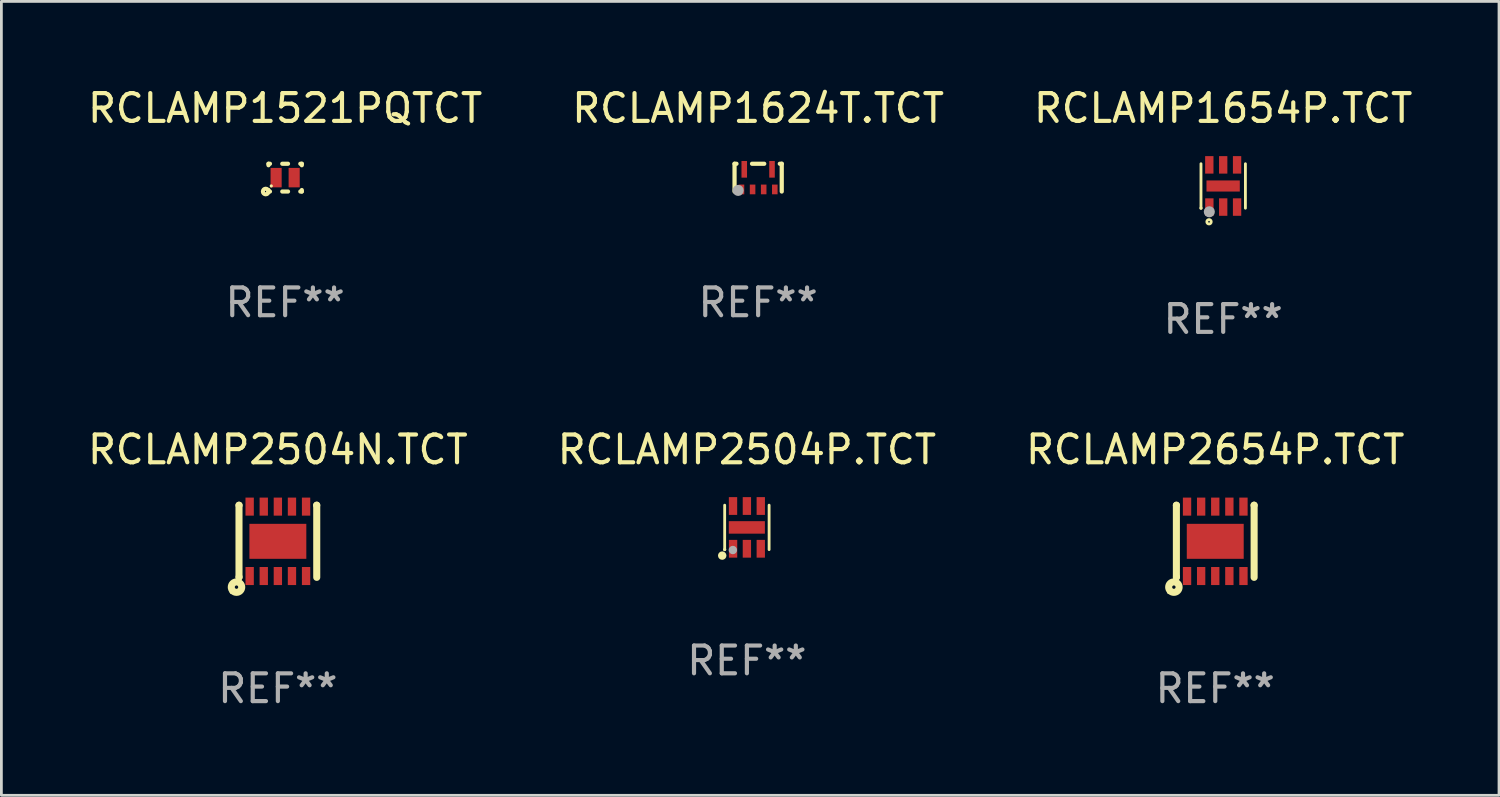
<source format=kicad_pcb>
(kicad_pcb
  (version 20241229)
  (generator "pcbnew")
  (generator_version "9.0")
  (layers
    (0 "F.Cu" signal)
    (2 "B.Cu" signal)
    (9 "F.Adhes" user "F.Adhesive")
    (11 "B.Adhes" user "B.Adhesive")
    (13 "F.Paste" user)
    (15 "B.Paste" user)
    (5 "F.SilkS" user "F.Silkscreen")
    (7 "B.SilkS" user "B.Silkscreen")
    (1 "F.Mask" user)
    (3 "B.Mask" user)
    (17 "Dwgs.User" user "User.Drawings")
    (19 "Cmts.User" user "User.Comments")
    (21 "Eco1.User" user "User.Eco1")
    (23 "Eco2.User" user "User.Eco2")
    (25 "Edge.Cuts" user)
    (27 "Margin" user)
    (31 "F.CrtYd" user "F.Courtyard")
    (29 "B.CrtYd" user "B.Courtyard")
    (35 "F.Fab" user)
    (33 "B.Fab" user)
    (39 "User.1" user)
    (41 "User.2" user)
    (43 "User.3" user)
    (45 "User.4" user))
  (footprint "RCLAMP2504P.TCT"
    (layer "F.Cu")
    (at 23.851 15.945)
    (property "Reference" "RCLAMP2504P.TCT" (at 0 -2.8 0) (layer "F.SilkS") (effects (font (size 1 1) (thickness 0.15))))
    (attr through_hole)
    (fp_line (start -0.8 0.8) (end -0.8 -0.8) (stroke (width 0.102) (type solid)) (layer "F.SilkS"))
    (fp_line (start 0.8 0.8) (end 0.8 -0.8) (stroke (width 0.102) (type solid)) (layer "F.SilkS"))
    (fp_circle (center -0.889 1.016) (end -0.813 1.016) (stroke (width 0.152) (type solid)) (fill no) (layer "F.SilkS"))
    (fp_circle (center -0.8 0.8) (end -0.77 0.8) (stroke (width 0.06) (type solid)) (fill no) (layer "F.SilkS"))
    (fp_circle (center -0.506 0.815) (end -0.43 0.815) (stroke (width 0.152) (type solid)) (fill no) (layer "F.Fab"))
    (fp_text user "REF**" (at 0 4.8 0) (layer "F.Fab") (effects (font (size 1 1) (thickness 0.15))))
    (pad "1" smd rect (at -0.498 0.77 180) (size 0.3 0.64) (layers "F.Cu" "F.Mask" "F.Paste"))
    (pad "2" smd rect (at -0.000025 0.77 180) (size 0.3 0.64) (layers "F.Cu" "F.Mask" "F.Paste"))
    (pad "3" smd rect (at 0.5 0.77 180) (size 0.3 0.64) (layers "F.Cu" "F.Mask" "F.Paste"))
    (pad "4" smd rect (at 0.5 -0.77 180) (size 0.3 0.64) (layers "F.Cu" "F.Mask" "F.Paste"))
    (pad "5" smd rect (at -0.000025 -0.77) (size 0.3 0.64) (layers "F.Cu" "F.Mask" "F.Paste"))
    (pad "6" smd rect (at -0.5 -0.77) (size 0.3 0.64) (layers "F.Cu" "F.Mask" "F.Paste"))
    (pad "7" smd rect (at -0.002 0.001 90) (size 0.45 1.3) (layers "F.Cu" "F.Mask" "F.Paste")))
  (footprint "RCLAMP1624T.TCT"
    (layer "F.Cu")
    (at 24.256 3.348)
    (property "Reference" "RCLAMP1624T.TCT" (at 0 -2.5 0) (layer "F.SilkS") (effects (font (size 1 1) (thickness 0.15))))
    (attr through_hole)
    (fp_line (start -0.85 -0.5) (end -0.85 0.5) (stroke (width 0.152) (type solid)) (layer "F.SilkS"))
    (fp_line (start -0.78 -0.5) (end -0.85 -0.5) (stroke (width 0.152) (type solid)) (layer "F.SilkS"))
    (fp_line (start 0.22 -0.5) (end -0.22 -0.5) (stroke (width 0.152) (type solid)) (layer "F.SilkS"))
    (fp_line (start 0.85 -0.5) (end 0.78 -0.5) (stroke (width 0.152) (type solid)) (layer "F.SilkS"))
    (fp_line (start 0.85 -0.5) (end 0.85 0.5) (stroke (width 0.152) (type solid)) (layer "F.SilkS"))
    (fp_circle (center -0.85 0.5) (end -0.82 0.5) (stroke (width 0.06) (type solid)) (fill no) (layer "F.SilkS"))
    (fp_circle (center -0.72 0.46) (end -0.62 0.46) (stroke (width 0.2) (type solid)) (fill no) (layer "F.Fab"))
    (fp_text user "REF**" (at 0 4.5 0) (layer "F.Fab") (effects (font (size 1 1) (thickness 0.15))))
    (pad "1" smd rect (at -0.6 0.425) (size 0.2 0.35) (layers "F.Cu" "F.Mask" "F.Paste"))
    (pad "2" smd rect (at -0.2 0.425) (size 0.2 0.35) (layers "F.Cu" "F.Mask" "F.Paste"))
    (pad "3" smd rect (at 0.2 0.425) (size 0.2 0.35) (layers "F.Cu" "F.Mask" "F.Paste"))
    (pad "4" smd rect (at 0.6 0.425) (size 0.2 0.35) (layers "F.Cu" "F.Mask" "F.Paste"))
    (pad "5" smd rect (at 0.5 -0.3) (size 0.2 0.6) (layers "F.Cu" "F.Mask" "F.Paste"))
    (pad "6" smd rect (at -0.5 -0.3) (size 0.2 0.6) (layers "F.Cu" "F.Mask" "F.Paste")))
  (footprint "RCLAMP2504N.TCT"
    (layer "F.Cu")
    (at 6.958 16.446)
    (property "Reference" "RCLAMP2504N.TCT" (at 0 -3.301 0) (layer "F.SilkS") (effects (font (size 1 1) (thickness 0.15))))
    (attr through_hole)
    (fp_line (start -1.4 -1.299) (end -1.397 -1.299) (stroke (width 0.254) (type solid)) (layer "F.SilkS"))
    (fp_line (start -1.4 1.301) (end -1.4 -1.299) (stroke (width 0.254) (type solid)) (layer "F.SilkS"))
    (fp_line (start -1.398 1.287) (end -1.397 1.287) (stroke (width 0.254) (type solid)) (layer "F.SilkS"))
    (fp_line (start 1.397 -1.299) (end 1.4 -1.299) (stroke (width 0.254) (type solid)) (layer "F.SilkS"))
    (fp_line (start 1.4 1.299) (end 1.4 -1.301) (stroke (width 0.254) (type solid)) (layer "F.SilkS"))
    (fp_circle (center -1.678 1.839) (end -1.648 1.839) (stroke (width 0.06) (type solid)) (fill no) (layer "F.SilkS"))
    (fp_circle (center -1.49 1.651) (end -1.429 1.651) (stroke (width 0.254) (type solid)) (fill no) (layer "F.SilkS"))
    (fp_text user "REF**" (at 0 5.301 0) (layer "F.Fab") (effects (font (size 1 1) (thickness 0.15))))
    (pad "1" smd rect (at -1.016 1.251) (size 0.3 0.65) (layers "F.Cu" "F.Mask" "F.Paste"))
    (pad "2" smd rect (at -0.508 1.251) (size 0.3 0.65) (layers "F.Cu" "F.Mask" "F.Paste"))
    (pad "3" smd rect (at 0 1.251) (size 0.3 0.65) (layers "F.Cu" "F.Mask" "F.Paste"))
    (pad "4" smd rect (at 0.508 1.251) (size 0.3 0.65) (layers "F.Cu" "F.Mask" "F.Paste"))
    (pad "5" smd rect (at 1.016 1.251) (size 0.3 0.65) (layers "F.Cu" "F.Mask" "F.Paste"))
    (pad "6" smd rect (at 1.016 -1.249) (size 0.3 0.65) (layers "F.Cu" "F.Mask" "F.Paste"))
    (pad "7" smd rect (at 0.508 -1.249) (size 0.3 0.65) (layers "F.Cu" "F.Mask" "F.Paste"))
    (pad "8" smd rect (at 0 -1.249) (size 0.3 0.65) (layers "F.Cu" "F.Mask" "F.Paste"))
    (pad "9" smd rect (at -0.508 -1.249) (size 0.3 0.65) (layers "F.Cu" "F.Mask" "F.Paste"))
    (pad "10" smd rect (at -1.016 -1.249) (size 0.3 0.65) (layers "F.Cu" "F.Mask" "F.Paste"))
    (pad "11" smd rect (at -0.000254 0.001 90) (size 1.26 2.05) (layers "F.Cu" "F.Mask" "F.Paste")))
  (footprint "RCLAMP1654P.TCT"
    (layer "F.Cu")
    (at 41.006 3.648)
    (property "Reference" "RCLAMP1654P.TCT" (at 0 -2.8 0) (layer "F.SilkS") (effects (font (size 1 1) (thickness 0.15))))
    (attr through_hole)
    (fp_line (start -0.8 0.8) (end -0.8 -0.8) (stroke (width 0.102) (type solid)) (layer "F.SilkS"))
    (fp_line (start 0.8 0.8) (end 0.8 -0.8) (stroke (width 0.102) (type solid)) (layer "F.SilkS"))
    (fp_circle (center -0.8 0.8) (end -0.77 0.8) (stroke (width 0.06) (type solid)) (fill no) (layer "F.SilkS"))
    (fp_circle (center -0.51 1.29) (end -0.43 1.29) (stroke (width 0.1) (type solid)) (fill no) (layer "F.SilkS"))
    (fp_circle (center -0.5 0.93) (end -0.4 0.93) (stroke (width 0.2) (type solid)) (fill no) (layer "F.Fab"))
    (fp_text user "REF**" (at 0 4.8 0) (layer "F.Fab") (effects (font (size 1 1) (thickness 0.15))))
    (pad "1" smd rect (at -0.498 0.76 180) (size 0.3 0.63) (layers "F.Cu" "F.Mask" "F.Paste"))
    (pad "2" smd rect (at -0.000025 0.76 180) (size 0.3 0.63) (layers "F.Cu" "F.Mask" "F.Paste"))
    (pad "3" smd rect (at 0.5 0.76 180) (size 0.3 0.63) (layers "F.Cu" "F.Mask" "F.Paste"))
    (pad "4" smd rect (at 0.5 -0.76 180) (size 0.3 0.63) (layers "F.Cu" "F.Mask" "F.Paste"))
    (pad "5" smd rect (at -0.000025 -0.76) (size 0.3 0.63) (layers "F.Cu" "F.Mask" "F.Paste"))
    (pad "6" smd rect (at -0.5 -0.76) (size 0.3 0.63) (layers "F.Cu" "F.Mask" "F.Paste"))
    (pad "7" smd rect (at -0.002 0.001 90) (size 0.4 1.2) (layers "F.Cu" "F.Mask" "F.Paste")))
  (footprint "RCLAMP1521PQTCT"
    (layer "F.Cu")
    (at 7.22 3.348)
    (property "Reference" "RCLAMP1521PQTCT" (at 0 -2.5 0) (layer "F.SilkS") (effects (font (size 1 1) (thickness 0.15))))
    (attr through_hole)
    (fp_line (start -0.6 -0.5) (end -0.546 -0.5) (stroke (width 0.15) (type solid)) (layer "F.SilkS"))
    (fp_line (start -0.6 -0.446) (end -0.6 -0.5) (stroke (width 0.15) (type solid)) (layer "F.SilkS"))
    (fp_line (start -0.6 0.5) (end -0.6 0.446) (stroke (width 0.15) (type solid)) (layer "F.SilkS"))
    (fp_line (start -0.546 0.5) (end -0.6 0.5) (stroke (width 0.15) (type solid)) (layer "F.SilkS"))
    (fp_line (start -0.104 -0.5) (end 0.104 -0.5) (stroke (width 0.15) (type solid)) (layer "F.SilkS"))
    (fp_line (start 0.104 0.5) (end -0.104 0.5) (stroke (width 0.15) (type solid)) (layer "F.SilkS"))
    (fp_line (start 0.546 -0.5) (end 0.6 -0.5) (stroke (width 0.15) (type solid)) (layer "F.SilkS"))
    (fp_line (start 0.6 -0.5) (end 0.6 -0.446) (stroke (width 0.15) (type solid)) (layer "F.SilkS"))
    (fp_line (start 0.6 0.446) (end 0.6 0.5) (stroke (width 0.15) (type solid)) (layer "F.SilkS"))
    (fp_line (start 0.6 0.5) (end 0.546 0.5) (stroke (width 0.15) (type solid)) (layer "F.SilkS"))
    (fp_circle (center -0.7 0.5) (end -0.675 0.5) (stroke (width 0.15) (type solid)) (fill no) (layer "F.SilkS"))
    (fp_circle (center -0.5 0.3) (end -0.47 0.3) (stroke (width 0.06) (type solid)) (fill no) (layer "F.SilkS"))
    (fp_text user "REF**" (at 0 4.5 0) (layer "F.Fab") (effects (font (size 1 1) (thickness 0.15))))
    (pad "1" smd rect (at -0.325 0) (size 0.4 0.7) (layers "F.Cu" "F.Mask" "F.Paste"))
    (pad "2" smd rect (at 0.325 0) (size 0.4 0.7) (layers "F.Cu" "F.Mask" "F.Paste")))
  (footprint "RCLAMP2654P.TCT"
    (layer "F.Cu")
    (at 40.72 16.446)
    (property "Reference" "RCLAMP2654P.TCT" (at 0 -3.301 0) (layer "F.SilkS") (effects (font (size 1 1) (thickness 0.15))))
    (attr through_hole)
    (fp_line (start -1.4 -1.299) (end -1.397 -1.299) (stroke (width 0.254) (type solid)) (layer "F.SilkS"))
    (fp_line (start -1.4 1.301) (end -1.4 -1.299) (stroke (width 0.254) (type solid)) (layer "F.SilkS"))
    (fp_line (start -1.398 1.287) (end -1.397 1.287) (stroke (width 0.254) (type solid)) (layer "F.SilkS"))
    (fp_line (start 1.397 -1.299) (end 1.4 -1.299) (stroke (width 0.254) (type solid)) (layer "F.SilkS"))
    (fp_line (start 1.4 1.299) (end 1.4 -1.301) (stroke (width 0.254) (type solid)) (layer "F.SilkS"))
    (fp_circle (center -1.678 1.839) (end -1.648 1.839) (stroke (width 0.06) (type solid)) (fill no) (layer "F.SilkS"))
    (fp_circle (center -1.49 1.651) (end -1.429 1.651) (stroke (width 0.254) (type solid)) (fill no) (layer "F.SilkS"))
    (fp_text user "REF**" (at 0 5.301 0) (layer "F.Fab") (effects (font (size 1 1) (thickness 0.15))))
    (pad "1" smd rect (at -1.016 1.251) (size 0.3 0.65) (layers "F.Cu" "F.Mask" "F.Paste"))
    (pad "2" smd rect (at -0.508 1.251) (size 0.3 0.65) (layers "F.Cu" "F.Mask" "F.Paste"))
    (pad "3" smd rect (at 0 1.251) (size 0.3 0.65) (layers "F.Cu" "F.Mask" "F.Paste"))
    (pad "4" smd rect (at 0.508 1.251) (size 0.3 0.65) (layers "F.Cu" "F.Mask" "F.Paste"))
    (pad "5" smd rect (at 1.016 1.251) (size 0.3 0.65) (layers "F.Cu" "F.Mask" "F.Paste"))
    (pad "6" smd rect (at 1.016 -1.249) (size 0.3 0.65) (layers "F.Cu" "F.Mask" "F.Paste"))
    (pad "7" smd rect (at 0.508 -1.249) (size 0.3 0.65) (layers "F.Cu" "F.Mask" "F.Paste"))
    (pad "8" smd rect (at 0 -1.249) (size 0.3 0.65) (layers "F.Cu" "F.Mask" "F.Paste"))
    (pad "9" smd rect (at -0.508 -1.249) (size 0.3 0.65) (layers "F.Cu" "F.Mask" "F.Paste"))
    (pad "10" smd rect (at -1.016 -1.249) (size 0.3 0.65) (layers "F.Cu" "F.Mask" "F.Paste"))
    (pad "11" smd rect (at -0.000254 0.001 90) (size 1.26 2.05) (layers "F.Cu" "F.Mask" "F.Paste")))
  (gr_rect
    (start -3 -3)
    (end 50.94 25.595)
    (stroke (width 0.1) (type default))
    (fill no)
    (layer "Edge.Cuts")))
</source>
